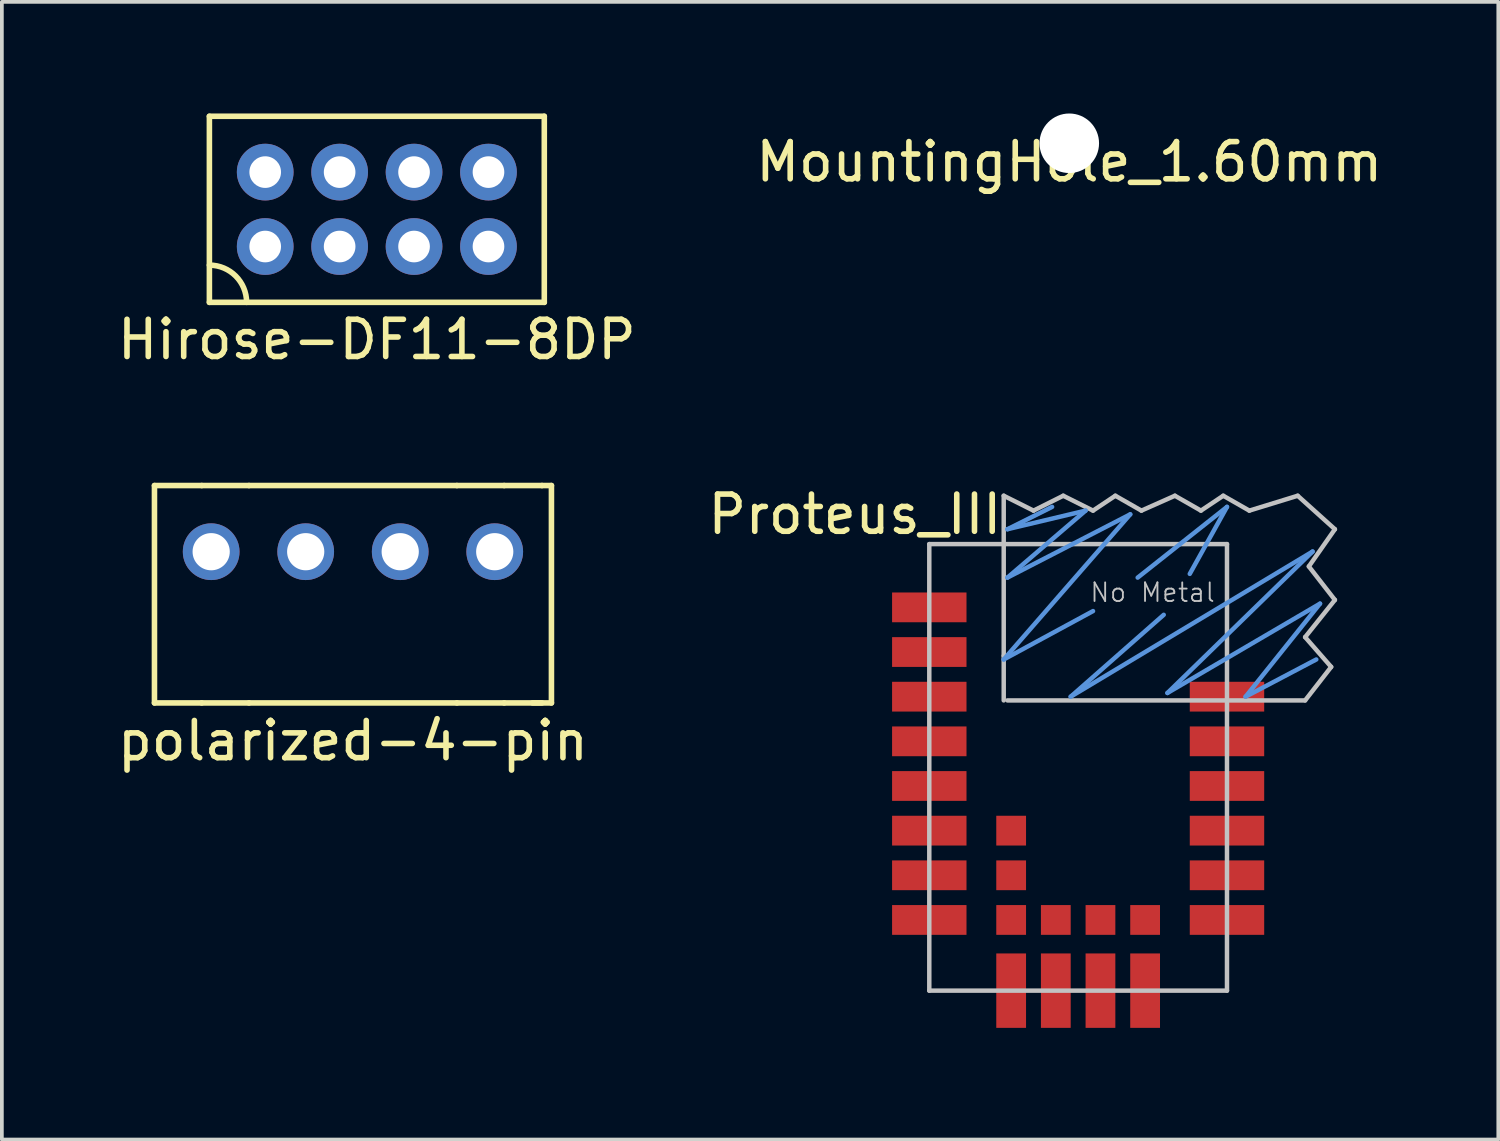
<source format=kicad_pcb>
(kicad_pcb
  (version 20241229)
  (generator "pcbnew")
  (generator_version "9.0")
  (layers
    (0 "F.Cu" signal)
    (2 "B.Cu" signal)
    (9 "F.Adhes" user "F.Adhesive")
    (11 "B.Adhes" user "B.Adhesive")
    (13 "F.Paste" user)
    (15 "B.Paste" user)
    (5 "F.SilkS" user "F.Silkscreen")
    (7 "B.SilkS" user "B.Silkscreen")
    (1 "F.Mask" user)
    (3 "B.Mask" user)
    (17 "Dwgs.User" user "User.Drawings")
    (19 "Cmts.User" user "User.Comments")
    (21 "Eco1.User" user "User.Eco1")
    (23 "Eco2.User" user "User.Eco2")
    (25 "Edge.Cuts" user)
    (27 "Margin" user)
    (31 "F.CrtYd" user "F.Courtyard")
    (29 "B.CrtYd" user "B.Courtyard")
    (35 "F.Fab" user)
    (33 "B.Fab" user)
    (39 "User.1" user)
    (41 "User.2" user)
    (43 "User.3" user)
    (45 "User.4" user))
  (footprint "Proteus_III"
    (layer "F.Cu")
    (at 25.923 18.572)
    (property "Reference" "Proteus_III" (at -6 -7.8 0) (layer "F.SilkS") (effects (font (size 1 1) (thickness 0.15))))
    (attr through_hole)
    (fp_line (start -4 -7) (end -4 5) (stroke (width 0.12) (type solid)) (layer "Dwgs.User"))
    (fp_line (start -4 5) (end 4 5) (stroke (width 0.12) (type solid)) (layer "Dwgs.User"))
    (fp_line (start -2 -8.3) (end -1.2 -7.9) (stroke (width 0.12) (type solid)) (layer "Dwgs.User"))
    (fp_line (start -2 -4) (end -2 -8.3) (stroke (width 0.12) (type solid)) (layer "Dwgs.User"))
    (fp_line (start -2 -2.8) (end -2 -4) (stroke (width 0.12) (type solid)) (layer "Dwgs.User"))
    (fp_line (start -1.2 -7.9) (end -0.4 -8.3) (stroke (width 0.12) (type solid)) (layer "Dwgs.User"))
    (fp_line (start -0.4 -8.3) (end 0.4 -7.9) (stroke (width 0.12) (type solid)) (layer "Dwgs.User"))
    (fp_line (start 0.4 -7.9) (end 1 -8.3) (stroke (width 0.12) (type solid)) (layer "Dwgs.User"))
    (fp_line (start 1 -8.3) (end 1.7 -7.9) (stroke (width 0.12) (type solid)) (layer "Dwgs.User"))
    (fp_line (start 1.7 -7.9) (end 2.6 -8.3) (stroke (width 0.12) (type solid)) (layer "Dwgs.User"))
    (fp_line (start 2.6 -8.3) (end 3.3 -7.9) (stroke (width 0.12) (type solid)) (layer "Dwgs.User"))
    (fp_line (start 3.3 -7.9) (end 3.9 -8.3) (stroke (width 0.12) (type solid)) (layer "Dwgs.User"))
    (fp_line (start 3.9 -8.3) (end 4.6 -7.9) (stroke (width 0.12) (type solid)) (layer "Dwgs.User"))
    (fp_line (start 4 -7) (end -4 -7) (stroke (width 0.12) (type solid)) (layer "Dwgs.User"))
    (fp_line (start 4 5) (end 4 -7) (stroke (width 0.12) (type solid)) (layer "Dwgs.User"))
    (fp_line (start 4.6 -7.9) (end 5.9 -8.3) (stroke (width 0.12) (type solid)) (layer "Dwgs.User"))
    (fp_line (start 5.9 -8.3) (end 6.9 -7.4) (stroke (width 0.12) (type solid)) (layer "Dwgs.User"))
    (fp_line (start 6.1 -4.5) (end 6.8 -3.7) (stroke (width 0.12) (type solid)) (layer "Dwgs.User"))
    (fp_line (start 6.1 -2.8) (end -1.9 -2.8) (stroke (width 0.12) (type solid)) (layer "Dwgs.User"))
    (fp_line (start 6.2 -6.4) (end 6.9 -5.5) (stroke (width 0.12) (type solid)) (layer "Dwgs.User"))
    (fp_line (start 6.8 -3.7) (end 6.1 -2.8) (stroke (width 0.12) (type solid)) (layer "Dwgs.User"))
    (fp_line (start 6.9 -7.4) (end 6.2 -6.4) (stroke (width 0.12) (type solid)) (layer "Dwgs.User"))
    (fp_line (start 6.9 -5.5) (end 6.1 -4.5) (stroke (width 0.12) (type solid)) (layer "Dwgs.User"))
    (fp_line (start -2 -3.9) (end 0.4 -5.2) (stroke (width 0.12) (type solid)) (layer "Cmts.User"))
    (fp_line (start -1.9 -7.4) (end 0.2 -7.9) (stroke (width 0.12) (type solid)) (layer "Cmts.User"))
    (fp_line (start -1.9 -6.1) (end 1.4 -7.8) (stroke (width 0.12) (type solid)) (layer "Cmts.User"))
    (fp_line (start -0.7 -8) (end -1.9 -7.4) (stroke (width 0.12) (type solid)) (layer "Cmts.User"))
    (fp_line (start -0.2 -2.9) (end 6.3 -6.8) (stroke (width 0.12) (type solid)) (layer "Cmts.User"))
    (fp_line (start 0.2 -7.9) (end -1.9 -6.1) (stroke (width 0.12) (type solid)) (layer "Cmts.User"))
    (fp_line (start 1.4 -7.8) (end -2 -3.9) (stroke (width 0.12) (type solid)) (layer "Cmts.User"))
    (fp_line (start 1.6 -6.1) (end 4 -8) (stroke (width 0.12) (type solid)) (layer "Cmts.User"))
    (fp_line (start 2.3 -5.1) (end -0.2 -2.9) (stroke (width 0.12) (type solid)) (layer "Cmts.User"))
    (fp_line (start 2.4 -3) (end 6.5 -5.4) (stroke (width 0.12) (type solid)) (layer "Cmts.User"))
    (fp_line (start 4 -8) (end 3 -6.2) (stroke (width 0.12) (type solid)) (layer "Cmts.User"))
    (fp_line (start 4.5 -2.9) (end 6.4 -3.9) (stroke (width 0.12) (type solid)) (layer "Cmts.User"))
    (fp_line (start 6.3 -6.8) (end 2.4 -3) (stroke (width 0.12) (type solid)) (layer "Cmts.User"))
    (fp_line (start 6.5 -5.4) (end 4.5 -2.9) (stroke (width 0.12) (type solid)) (layer "Cmts.User"))
    (fp_text user "No Metal" (at 2 -5.7 0) (layer "Dwgs.User") (effects (font (size 0.5 0.5) (thickness 0.05))))
    (pad "1" smd rect (at -4 -5.3 90) (size 0.8 2) (layers "F.Cu" "F.Mask" "F.Paste"))
    (pad "2" smd rect (at -4 -4.1 90) (size 0.8 2) (layers "F.Cu" "F.Mask" "F.Paste"))
    (pad "3" smd rect (at -4 -2.9 90) (size 0.8 2) (layers "F.Cu" "F.Mask" "F.Paste"))
    (pad "4" smd rect (at -4 -1.7 90) (size 0.8 2) (layers "F.Cu" "F.Mask" "F.Paste"))
    (pad "5" smd rect (at -4 -0.5 90) (size 0.8 2) (layers "F.Cu" "F.Mask" "F.Paste"))
    (pad "6" smd rect (at -4 0.7 90) (size 0.8 2) (layers "F.Cu" "F.Mask" "F.Paste"))
    (pad "7" smd rect (at -4 1.9 90) (size 0.8 2) (layers "F.Cu" "F.Mask" "F.Paste"))
    (pad "8" smd rect (at -4 3.1 90) (size 0.8 2) (layers "F.Cu" "F.Mask" "F.Paste"))
    (pad "9" smd rect (at -1.8 5 180) (size 0.8 2) (layers "F.Cu" "F.Mask" "F.Paste"))
    (pad "10" smd rect (at -0.6 5 180) (size 0.8 2) (layers "F.Cu" "F.Mask" "F.Paste"))
    (pad "11" smd rect (at 0.6 5 180) (size 0.8 2) (layers "F.Cu" "F.Mask" "F.Paste"))
    (pad "12" smd rect (at 1.8 5 180) (size 0.8 2) (layers "F.Cu" "F.Mask" "F.Paste"))
    (pad "13" smd rect (at 4 3.1 270) (size 0.8 2) (layers "F.Cu" "F.Mask" "F.Paste"))
    (pad "14" smd rect (at 4 1.9 270) (size 0.8 2) (layers "F.Cu" "F.Mask" "F.Paste"))
    (pad "15" smd rect (at 4 0.7 270) (size 0.8 2) (layers "F.Cu" "F.Mask" "F.Paste"))
    (pad "16" smd rect (at 4 -0.5 270) (size 0.8 2) (layers "F.Cu" "F.Mask" "F.Paste"))
    (pad "17" smd rect (at 4 -1.7 270) (size 0.8 2) (layers "F.Cu" "F.Mask" "F.Paste"))
    (pad "18" smd rect (at 4 -2.9 270) (size 0.8 2) (layers "F.Cu" "F.Mask" "F.Paste"))
    (pad "B1" smd rect (at -1.8 0.7) (size 0.8 0.8) (layers "F.Cu" "F.Mask" "F.Paste"))
    (pad "B2" smd rect (at -1.8 1.9) (size 0.8 0.8) (layers "F.Cu" "F.Mask" "F.Paste"))
    (pad "B3" smd rect (at -1.8 3.1) (size 0.8 0.8) (layers "F.Cu" "F.Mask" "F.Paste"))
    (pad "B4" smd rect (at -0.6 3.1) (size 0.8 0.8) (layers "F.Cu" "F.Mask" "F.Paste"))
    (pad "B5" smd rect (at 0.6 3.1) (size 0.8 0.8) (layers "F.Cu" "F.Mask" "F.Paste"))
    (pad "B6" smd rect (at 1.8 3.1) (size 0.8 0.8) (layers "F.Cu" "F.Mask" "F.Paste")))
  (footprint "MountingHole_1.60mm"
    (layer "F.Cu")
    (at 25.685 0.8)
    (property "Reference" "MountingHole_1.60mm" (at 0 0.5 0) (layer "F.SilkS") (effects (font (size 1 1) (thickness 0.15))))
    (attr through_hole)
    (pad "" np_thru_hole circle (at 0 0) (size 1.6 1.6) (drill 1.6) (layers "*.Cu" "*.Mask")))
  (footprint "polarized-4-pin"
    (layer "F.Cu")
    (at 6.435 11.776)
    (property "Reference" "polarized-4-pin" (at 0 5.08 0) (layer "F.SilkS") (effects (font (size 1 1) (thickness 0.15))))
    (attr through_hole)
    (fp_line (start -5.334 -1.778) (end -4.064 -1.778) (stroke (width 0.15) (type solid)) (layer "F.SilkS"))
    (fp_line (start -5.334 4.064) (end -5.334 -1.778) (stroke (width 0.15) (type solid)) (layer "F.SilkS"))
    (fp_line (start -4.064 4.064) (end -5.334 4.064) (stroke (width 0.15) (type solid)) (layer "F.SilkS"))
    (fp_line (start -2.794 -1.778) (end -4.064 -1.778) (stroke (width 0.15) (type solid)) (layer "F.SilkS"))
    (fp_line (start -2.794 -1.778) (end 2.794 -1.778) (stroke (width 0.15) (type solid)) (layer "F.SilkS"))
    (fp_line (start -2.794 4.064) (end -4.064 4.064) (stroke (width 0.15) (type solid)) (layer "F.SilkS"))
    (fp_line (start 2.794 -1.778) (end 4.064 -1.778) (stroke (width 0.15) (type solid)) (layer "F.SilkS"))
    (fp_line (start 2.794 4.064) (end -2.794 4.064) (stroke (width 0.15) (type solid)) (layer "F.SilkS"))
    (fp_line (start 2.794 4.064) (end 4.064 4.064) (stroke (width 0.15) (type solid)) (layer "F.SilkS"))
    (fp_line (start 4.064 -1.778) (end 5.08 -1.778) (stroke (width 0.15) (type solid)) (layer "F.SilkS"))
    (fp_line (start 5.08 4.064) (end 4.064 4.064) (stroke (width 0.15) (type solid)) (layer "F.SilkS"))
    (fp_line (start 5.334 -1.778) (end 5.08 -1.778) (stroke (width 0.15) (type solid)) (layer "F.SilkS"))
    (fp_line (start 5.334 -1.778) (end 5.334 4.064) (stroke (width 0.15) (type solid)) (layer "F.SilkS"))
    (fp_line (start 5.334 4.064) (end 4.826 4.064) (stroke (width 0.15) (type solid)) (layer "F.SilkS"))
    (pad "1" thru_hole circle (at -3.81 0) (size 1.524 1.524) (drill 1) (layers "*.Cu" "*.Mask"))
    (pad "2" thru_hole circle (at -1.27 0) (size 1.524 1.524) (drill 1) (layers "*.Cu" "*.Mask"))
    (pad "3" thru_hole circle (at 1.27 0) (size 1.524 1.524) (drill 1) (layers "*.Cu" "*.Mask"))
    (pad "4" thru_hole circle (at 3.81 0) (size 1.524 1.524) (drill 1) (layers "*.Cu" "*.Mask")))
  (footprint "Hirose-DF11-8DP"
    (layer "F.Cu")
    (at 7.077 2.575)
    (property "Reference" "Hirose-DF11-8DP" (at 0 3.5 0) (layer "F.SilkS") (effects (font (size 1 1) (thickness 0.15))))
    (attr through_hole)
    (fp_line (start -4.5 -2.5) (end -4.5 2.5) (stroke (width 0.15) (type solid)) (layer "F.SilkS"))
    (fp_line (start -4.5 2.5) (end 4.5 2.5) (stroke (width 0.15) (type solid)) (layer "F.SilkS"))
    (fp_line (start 4.5 -2.5) (end -4.5 -2.5) (stroke (width 0.15) (type solid)) (layer "F.SilkS"))
    (fp_line (start 4.5 2.5) (end 4.5 -2.5) (stroke (width 0.15) (type solid)) (layer "F.SilkS"))
    (fp_arc (start -4.5 1.5) (mid -3.792893 1.792893) (end -3.5 2.5) (stroke (width 0.15) (type solid)) (layer "F.SilkS"))
    (pad "1" thru_hole circle (at -3 1) (size 1.524 1.524) (drill 0.85) (layers "*.Cu" "*.Mask"))
    (pad "2" thru_hole circle (at -3 -1) (size 1.524 1.524) (drill 0.85) (layers "*.Cu" "*.Mask"))
    (pad "3" thru_hole circle (at -1 1) (size 1.524 1.524) (drill 0.85) (layers "*.Cu" "*.Mask"))
    (pad "4" thru_hole circle (at -1 -1) (size 1.524 1.524) (drill 0.85) (layers "*.Cu" "*.Mask"))
    (pad "5" thru_hole circle (at 1 1) (size 1.524 1.524) (drill 0.85) (layers "*.Cu" "*.Mask"))
    (pad "6" thru_hole circle (at 1 -1) (size 1.524 1.524) (drill 0.85) (layers "*.Cu" "*.Mask"))
    (pad "7" thru_hole circle (at 3 1) (size 1.524 1.524) (drill 0.85) (layers "*.Cu" "*.Mask"))
    (pad "8" thru_hole circle (at 3 -1) (size 1.524 1.524) (drill 0.85) (layers "*.Cu" "*.Mask")))
  (gr_rect
    (start -3 -3)
    (end 37.214 27.572)
    (stroke (width 0.1) (type default))
    (fill no)
    (layer "Edge.Cuts")))
</source>
